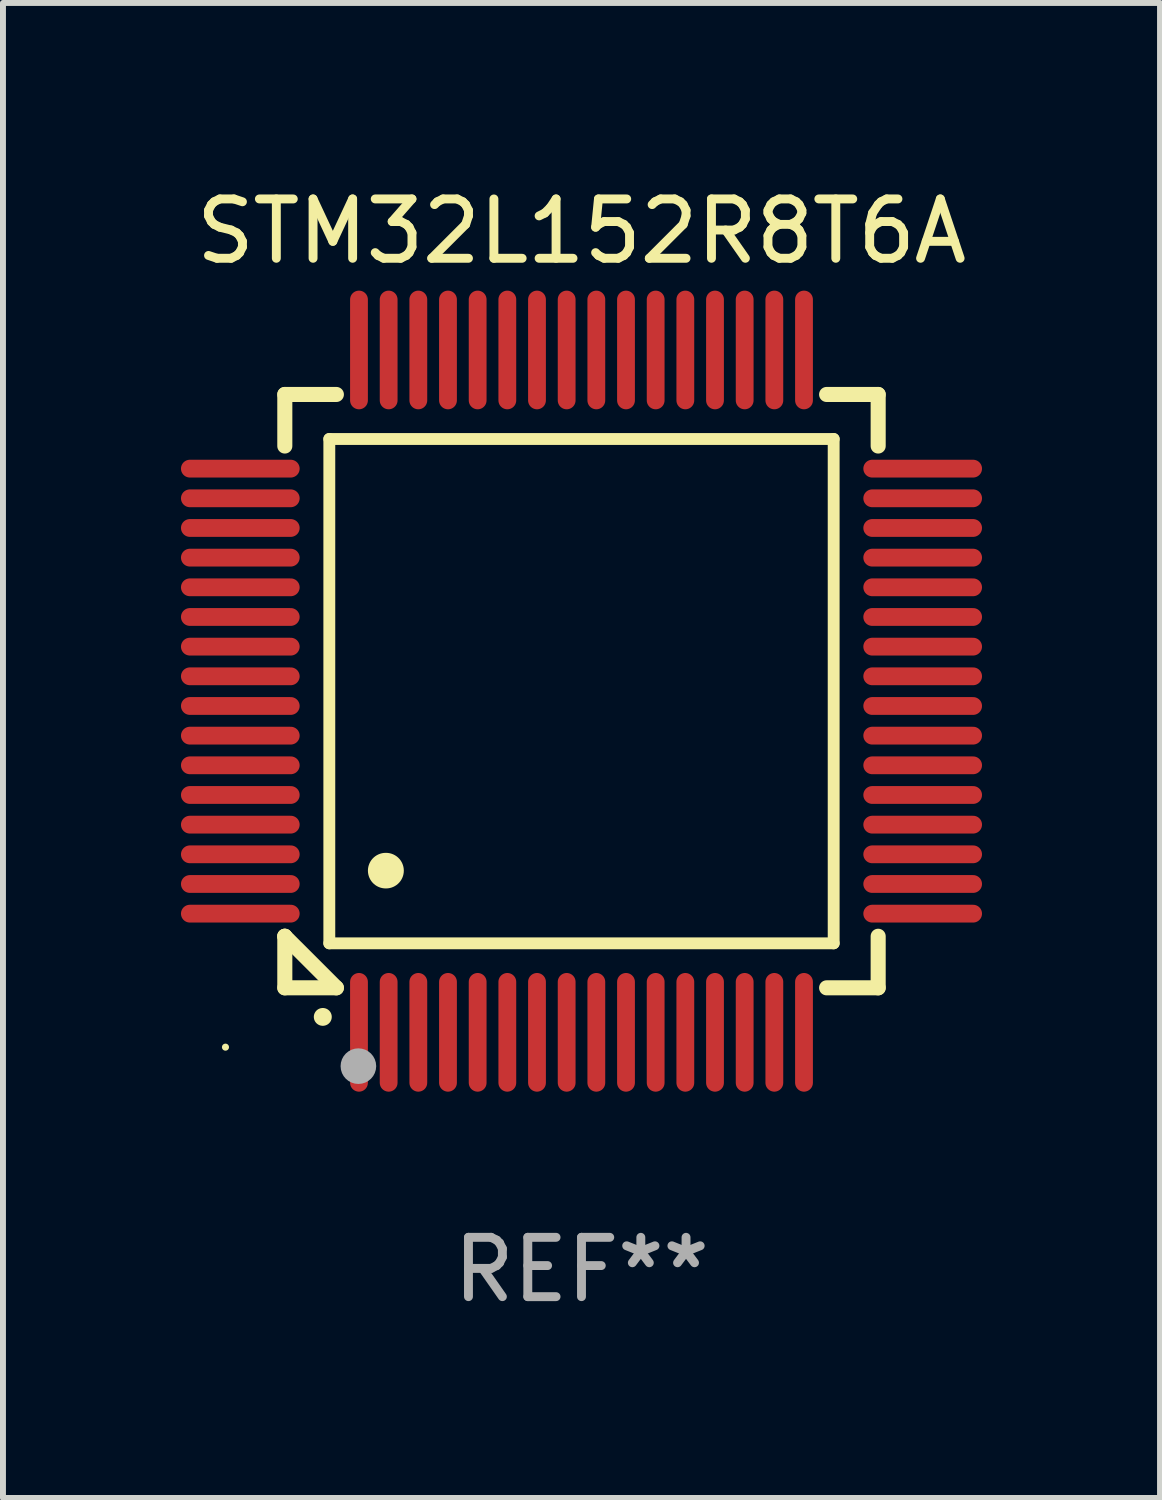
<source format=kicad_pcb>
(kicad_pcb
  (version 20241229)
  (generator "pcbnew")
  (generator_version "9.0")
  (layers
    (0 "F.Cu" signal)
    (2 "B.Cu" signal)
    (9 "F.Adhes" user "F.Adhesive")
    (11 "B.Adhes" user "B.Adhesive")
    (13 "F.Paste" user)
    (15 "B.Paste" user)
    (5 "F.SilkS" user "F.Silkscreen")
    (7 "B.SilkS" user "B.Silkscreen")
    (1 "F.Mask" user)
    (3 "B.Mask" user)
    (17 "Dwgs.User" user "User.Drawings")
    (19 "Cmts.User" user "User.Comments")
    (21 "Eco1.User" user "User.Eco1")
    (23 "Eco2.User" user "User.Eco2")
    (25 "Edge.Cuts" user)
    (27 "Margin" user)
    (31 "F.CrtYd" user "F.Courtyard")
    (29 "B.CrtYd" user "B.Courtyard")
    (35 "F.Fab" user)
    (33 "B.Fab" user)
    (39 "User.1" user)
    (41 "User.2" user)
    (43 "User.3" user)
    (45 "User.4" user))
  (footprint "STM32L152R8T6A"
    (layer "F.Cu")
    (at 6.75 8.598)
    (property "Reference" "STM32L152R8T6A" (at 0 -7.75 0) (layer "F.SilkS") (effects (font (size 1 1) (thickness 0.15))))
    (attr through_hole)
    (fp_line (start -5 -5) (end -4.131 -5) (stroke (width 0.254) (type solid)) (layer "F.SilkS"))
    (fp_line (start -5 -4.131) (end -5 -5) (stroke (width 0.254) (type solid)) (layer "F.SilkS"))
    (fp_line (start -5 4.131) (end -5 4.131) (stroke (width 0.254) (type solid)) (layer "F.SilkS"))
    (fp_line (start -5 5) (end -5 4.131) (stroke (width 0.254) (type solid)) (layer "F.SilkS"))
    (fp_line (start -5 4.131) (end -4.131 5) (stroke (width 0.254) (type solid)) (layer "F.SilkS"))
    (fp_line (start -4.25 -4.25) (end -4.25 4.25) (stroke (width 0.2) (type solid)) (layer "F.SilkS"))
    (fp_line (start -4.25 4.25) (end 4.25 4.25) (stroke (width 0.2) (type solid)) (layer "F.SilkS"))
    (fp_line (start -4.131 5) (end -5 5) (stroke (width 0.254) (type solid)) (layer "F.SilkS"))
    (fp_line (start 4.25 -4.25) (end -4.25 -4.25) (stroke (width 0.2) (type solid)) (layer "F.SilkS"))
    (fp_line (start 4.25 4.25) (end 4.25 -4.25) (stroke (width 0.2) (type solid)) (layer "F.SilkS"))
    (fp_line (start 5 -5) (end 4.131 -5) (stroke (width 0.254) (type solid)) (layer "F.SilkS"))
    (fp_line (start 5 -5) (end 5 -4.131) (stroke (width 0.254) (type solid)) (layer "F.SilkS"))
    (fp_line (start 5 4.131) (end 5 5) (stroke (width 0.254) (type solid)) (layer "F.SilkS"))
    (fp_line (start 5 5) (end 4.131 5) (stroke (width 0.254) (type solid)) (layer "F.SilkS"))
    (fp_arc (start -4.361265 5.489992) (mid -4.359995 5.489987) (end -4.358725 5.489992) (stroke (width 0.3) (type solid)) (layer "F.SilkS"))
    (fp_arc (start -3.299467 3.025146) (mid -3.296927 3.025135) (end -3.294387 3.025146) (stroke (width 0.6) (type solid)) (layer "F.SilkS"))
    (fp_circle (center -6 6) (end -5.97 6) (stroke (width 0.06) (type solid)) (fill no) (layer "F.SilkS"))
    (fp_circle (center -3.76 6.32) (end -3.61 6.32) (stroke (width 0.3) (type solid)) (fill no) (layer "F.Fab"))
    (fp_text user "REF**" (at 0 9.75 0) (layer "F.Fab") (effects (font (size 1 1) (thickness 0.15))))
    (pad "1" smd oval (at -3.75 5.75) (size 0.3 2) (layers "F.Cu" "F.Mask" "F.Paste"))
    (pad "2" smd oval (at -3.25 5.75) (size 0.3 2) (layers "F.Cu" "F.Mask" "F.Paste"))
    (pad "3" smd oval (at -2.75 5.75) (size 0.3 2) (layers "F.Cu" "F.Mask" "F.Paste"))
    (pad "4" smd oval (at -2.25 5.75) (size 0.3 2) (layers "F.Cu" "F.Mask" "F.Paste"))
    (pad "5" smd oval (at -1.75 5.75) (size 0.3 2) (layers "F.Cu" "F.Mask" "F.Paste"))
    (pad "6" smd oval (at -1.25 5.75) (size 0.3 2) (layers "F.Cu" "F.Mask" "F.Paste"))
    (pad "7" smd oval (at -0.75 5.75) (size 0.3 2) (layers "F.Cu" "F.Mask" "F.Paste"))
    (pad "8" smd oval (at -0.25 5.75) (size 0.3 2) (layers "F.Cu" "F.Mask" "F.Paste"))
    (pad "9" smd oval (at 0.25 5.75) (size 0.3 2) (layers "F.Cu" "F.Mask" "F.Paste"))
    (pad "10" smd oval (at 0.75 5.75) (size 0.3 2) (layers "F.Cu" "F.Mask" "F.Paste"))
    (pad "11" smd oval (at 1.25 5.75) (size 0.3 2) (layers "F.Cu" "F.Mask" "F.Paste"))
    (pad "12" smd oval (at 1.75 5.75) (size 0.3 2) (layers "F.Cu" "F.Mask" "F.Paste"))
    (pad "13" smd oval (at 2.25 5.75) (size 0.3 2) (layers "F.Cu" "F.Mask" "F.Paste"))
    (pad "14" smd oval (at 2.75 5.75) (size 0.3 2) (layers "F.Cu" "F.Mask" "F.Paste"))
    (pad "15" smd oval (at 3.25 5.75) (size 0.3 2) (layers "F.Cu" "F.Mask" "F.Paste"))
    (pad "16" smd oval (at 3.75 5.75) (size 0.3 2) (layers "F.Cu" "F.Mask" "F.Paste"))
    (pad "17" smd oval (at 5.75 3.75) (size 2 0.3) (layers "F.Cu" "F.Mask" "F.Paste"))
    (pad "18" smd oval (at 5.75 3.25) (size 2 0.3) (layers "F.Cu" "F.Mask" "F.Paste"))
    (pad "19" smd oval (at 5.75 2.75) (size 2 0.3) (layers "F.Cu" "F.Mask" "F.Paste"))
    (pad "20" smd oval (at 5.75 2.25) (size 2 0.3) (layers "F.Cu" "F.Mask" "F.Paste"))
    (pad "21" smd oval (at 5.75 1.75) (size 2 0.3) (layers "F.Cu" "F.Mask" "F.Paste"))
    (pad "22" smd oval (at 5.75 1.25) (size 2 0.3) (layers "F.Cu" "F.Mask" "F.Paste"))
    (pad "23" smd oval (at 5.75 0.75) (size 2 0.3) (layers "F.Cu" "F.Mask" "F.Paste"))
    (pad "24" smd oval (at 5.75 0.25) (size 2 0.3) (layers "F.Cu" "F.Mask" "F.Paste"))
    (pad "25" smd oval (at 5.75 -0.25) (size 2 0.3) (layers "F.Cu" "F.Mask" "F.Paste"))
    (pad "26" smd oval (at 5.75 -0.75) (size 2 0.3) (layers "F.Cu" "F.Mask" "F.Paste"))
    (pad "27" smd oval (at 5.75 -1.25) (size 2 0.3) (layers "F.Cu" "F.Mask" "F.Paste"))
    (pad "28" smd oval (at 5.75 -1.75) (size 2 0.3) (layers "F.Cu" "F.Mask" "F.Paste"))
    (pad "29" smd oval (at 5.75 -2.25) (size 2 0.3) (layers "F.Cu" "F.Mask" "F.Paste"))
    (pad "30" smd oval (at 5.75 -2.75) (size 2 0.3) (layers "F.Cu" "F.Mask" "F.Paste"))
    (pad "31" smd oval (at 5.75 -3.25) (size 2 0.3) (layers "F.Cu" "F.Mask" "F.Paste"))
    (pad "32" smd oval (at 5.75 -3.75) (size 2 0.3) (layers "F.Cu" "F.Mask" "F.Paste"))
    (pad "33" smd oval (at 3.75 -5.75) (size 0.3 2) (layers "F.Cu" "F.Mask" "F.Paste"))
    (pad "34" smd oval (at 3.25 -5.75) (size 0.3 2) (layers "F.Cu" "F.Mask" "F.Paste"))
    (pad "35" smd oval (at 2.75 -5.75) (size 0.3 2) (layers "F.Cu" "F.Mask" "F.Paste"))
    (pad "36" smd oval (at 2.25 -5.75) (size 0.3 2) (layers "F.Cu" "F.Mask" "F.Paste"))
    (pad "37" smd oval (at 1.75 -5.75) (size 0.3 2) (layers "F.Cu" "F.Mask" "F.Paste"))
    (pad "38" smd oval (at 1.25 -5.75) (size 0.3 2) (layers "F.Cu" "F.Mask" "F.Paste"))
    (pad "39" smd oval (at 0.75 -5.75) (size 0.3 2) (layers "F.Cu" "F.Mask" "F.Paste"))
    (pad "40" smd oval (at 0.25 -5.75) (size 0.3 2) (layers "F.Cu" "F.Mask" "F.Paste"))
    (pad "41" smd oval (at -0.25 -5.75) (size 0.3 2) (layers "F.Cu" "F.Mask" "F.Paste"))
    (pad "42" smd oval (at -0.75 -5.75) (size 0.3 2) (layers "F.Cu" "F.Mask" "F.Paste"))
    (pad "43" smd oval (at -1.25 -5.75) (size 0.3 2) (layers "F.Cu" "F.Mask" "F.Paste"))
    (pad "44" smd oval (at -1.75 -5.75) (size 0.3 2) (layers "F.Cu" "F.Mask" "F.Paste"))
    (pad "45" smd oval (at -2.25 -5.75) (size 0.3 2) (layers "F.Cu" "F.Mask" "F.Paste"))
    (pad "46" smd oval (at -2.75 -5.75) (size 0.3 2) (layers "F.Cu" "F.Mask" "F.Paste"))
    (pad "47" smd oval (at -3.25 -5.75) (size 0.3 2) (layers "F.Cu" "F.Mask" "F.Paste"))
    (pad "48" smd oval (at -3.75 -5.75) (size 0.3 2) (layers "F.Cu" "F.Mask" "F.Paste"))
    (pad "49" smd oval (at -5.75 -3.75) (size 2 0.3) (layers "F.Cu" "F.Mask" "F.Paste"))
    (pad "50" smd oval (at -5.75 -3.25) (size 2 0.3) (layers "F.Cu" "F.Mask" "F.Paste"))
    (pad "51" smd oval (at -5.75 -2.75) (size 2 0.3) (layers "F.Cu" "F.Mask" "F.Paste"))
    (pad "52" smd oval (at -5.75 -2.25) (size 2 0.3) (layers "F.Cu" "F.Mask" "F.Paste"))
    (pad "53" smd oval (at -5.75 -1.75) (size 2 0.3) (layers "F.Cu" "F.Mask" "F.Paste"))
    (pad "54" smd oval (at -5.75 -1.25) (size 2 0.3) (layers "F.Cu" "F.Mask" "F.Paste"))
    (pad "55" smd oval (at -5.75 -0.75) (size 2 0.3) (layers "F.Cu" "F.Mask" "F.Paste"))
    (pad "56" smd oval (at -5.75 -0.25) (size 2 0.3) (layers "F.Cu" "F.Mask" "F.Paste"))
    (pad "57" smd oval (at -5.75 0.25) (size 2 0.3) (layers "F.Cu" "F.Mask" "F.Paste"))
    (pad "58" smd oval (at -5.75 0.75) (size 2 0.3) (layers "F.Cu" "F.Mask" "F.Paste"))
    (pad "59" smd oval (at -5.75 1.25) (size 2 0.3) (layers "F.Cu" "F.Mask" "F.Paste"))
    (pad "60" smd oval (at -5.75 1.75) (size 2 0.3) (layers "F.Cu" "F.Mask" "F.Paste"))
    (pad "61" smd oval (at -5.75 2.25) (size 2 0.3) (layers "F.Cu" "F.Mask" "F.Paste"))
    (pad "62" smd oval (at -5.75 2.75) (size 2 0.3) (layers "F.Cu" "F.Mask" "F.Paste"))
    (pad "63" smd oval (at -5.75 3.25) (size 2 0.3) (layers "F.Cu" "F.Mask" "F.Paste"))
    (pad "64" smd oval (at -5.75 3.75) (size 2 0.3) (layers "F.Cu" "F.Mask" "F.Paste")))
  (gr_rect
    (start -3 -3)
    (end 16.5 22.196)
    (stroke (width 0.1) (type default))
    (fill no)
    (layer "Edge.Cuts")))
</source>
